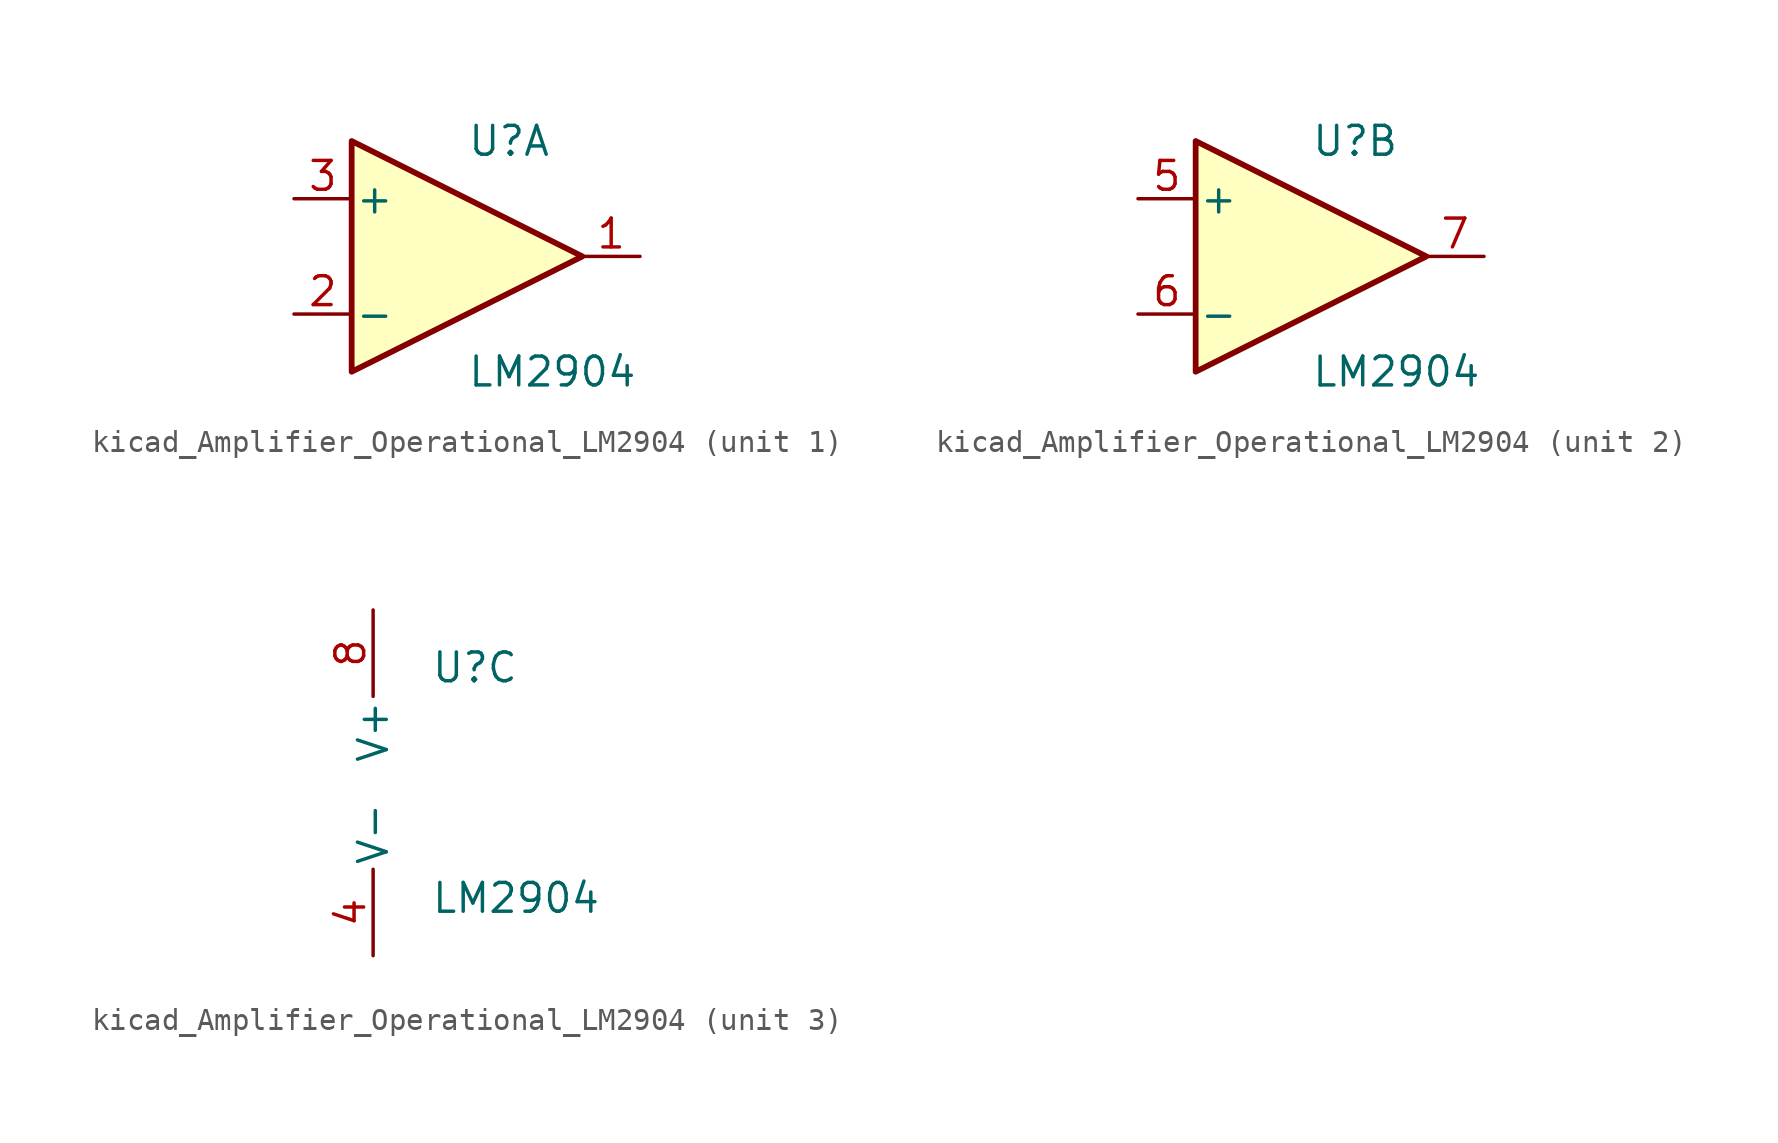
<source format=kicad_sym>
(kicad_symbol_lib
  (version 20220914)
  (generator kicad_symbol_editor)
  (symbol "kicad_Amplifier_Operational_LM2904"
    (pin_names
      (offset 0.127))
    (property "Reference" "U"
      (at 0 5.08 0)
      (effects (font (size 1.27 1.27)) (justify left)))
    (property "Value" "LM2904"
      (at 0 -5.08 0)
      (effects (font (size 1.27 1.27)) (justify left)))
    (property "ki_locked" ""
      (at 0 0 0)
      (effects (font (size 1.27 1.27))))
    (symbol "kicad_Amplifier_Operational_LM2904_1_1"
      (polyline (pts (xy -5.08 5.08) (xy 5.08 0) (xy -5.08 -5.08) (xy -5.08 5.08)) (stroke (width 0.254) (type default)) (fill (type background)))
      (pin output line (at 7.62 0 180) (length 2.54) (name "~" (effects (font (size 1.27 1.27)))) (number "1" (effects (font (size 1.27 1.27)))))
      (pin input line (at -7.62 -2.54 0) (length 2.54) (name "-" (effects (font (size 1.27 1.27)))) (number "2" (effects (font (size 1.27 1.27)))))
      (pin input line (at -7.62 2.54 0) (length 2.54) (name "+" (effects (font (size 1.27 1.27)))) (number "3" (effects (font (size 1.27 1.27))))))
    (symbol "kicad_Amplifier_Operational_LM2904_2_1"
      (polyline (pts (xy -5.08 5.08) (xy 5.08 0) (xy -5.08 -5.08) (xy -5.08 5.08)) (stroke (width 0.254) (type default)) (fill (type background)))
      (pin input line (at -7.62 2.54 0) (length 2.54) (name "+" (effects (font (size 1.27 1.27)))) (number "5" (effects (font (size 1.27 1.27)))))
      (pin input line (at -7.62 -2.54 0) (length 2.54) (name "-" (effects (font (size 1.27 1.27)))) (number "6" (effects (font (size 1.27 1.27)))))
      (pin output line (at 7.62 0 180) (length 2.54) (name "~" (effects (font (size 1.27 1.27)))) (number "7" (effects (font (size 1.27 1.27))))))
    (symbol "kicad_Amplifier_Operational_LM2904_3_1"
      (pin power_in line (at -2.54 -7.62 90) (length 3.81) (name "V-" (effects (font (size 1.27 1.27)))) (number "4" (effects (font (size 1.27 1.27)))))
      (pin power_in line (at -2.54 7.62 270) (length 3.81) (name "V+" (effects (font (size 1.27 1.27)))) (number "8" (effects (font (size 1.27 1.27))))))))
</source>
